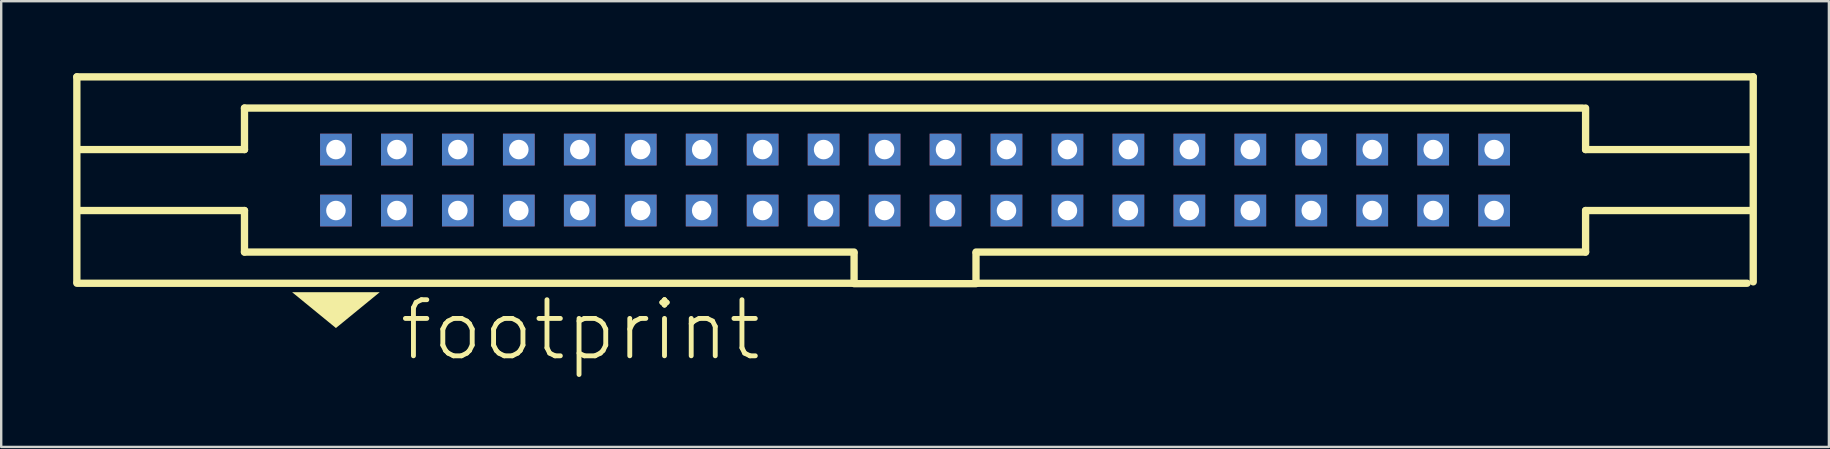
<source format=kicad_pcb>
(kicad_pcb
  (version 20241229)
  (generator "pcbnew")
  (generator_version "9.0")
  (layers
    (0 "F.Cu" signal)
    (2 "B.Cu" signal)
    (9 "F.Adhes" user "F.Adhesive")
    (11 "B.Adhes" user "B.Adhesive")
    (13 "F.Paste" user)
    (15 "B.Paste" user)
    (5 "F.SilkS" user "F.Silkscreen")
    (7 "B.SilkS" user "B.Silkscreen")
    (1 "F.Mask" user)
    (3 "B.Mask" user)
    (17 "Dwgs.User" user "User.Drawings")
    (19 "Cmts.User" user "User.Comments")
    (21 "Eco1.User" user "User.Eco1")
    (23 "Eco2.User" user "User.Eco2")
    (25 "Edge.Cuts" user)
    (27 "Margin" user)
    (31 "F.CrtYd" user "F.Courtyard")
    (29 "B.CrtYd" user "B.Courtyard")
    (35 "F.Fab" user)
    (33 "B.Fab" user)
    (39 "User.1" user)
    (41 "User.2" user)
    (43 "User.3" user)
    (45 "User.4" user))
  (footprint "footprint"
    (layer "F.Cu")
    (at 35.077 4.452)
    (property "Reference" "footprint" (at -21.59 7.62 0) (layer "F.SilkS") (effects (font (size 2.337 2.337) (thickness 0.203)) (justify left bottom)))
    (fp_line (start -34.925 -4.3) (end -34.925 4.242) (stroke (width 0.305) (type solid)) (layer "F.SilkS"))
    (fp_line (start -34.925 4.3) (end -2.54 4.3) (stroke (width 0.305) (type solid)) (layer "F.SilkS"))
    (fp_line (start -27.94 -1.27) (end -34.798 -1.27) (stroke (width 0.305) (type solid)) (layer "F.SilkS"))
    (fp_line (start -27.94 -1.27) (end -27.94 -3) (stroke (width 0.305) (type solid)) (layer "F.SilkS"))
    (fp_line (start -27.94 1.27) (end -34.798 1.27) (stroke (width 0.305) (type solid)) (layer "F.SilkS"))
    (fp_line (start -27.94 3) (end -27.94 1.27) (stroke (width 0.305) (type solid)) (layer "F.SilkS"))
    (fp_line (start -2.54 3) (end -27.94 3) (stroke (width 0.305) (type solid)) (layer "F.SilkS"))
    (fp_line (start -2.54 4.3) (end -2.54 3.048) (stroke (width 0.305) (type solid)) (layer "F.SilkS"))
    (fp_line (start -2.54 4.318) (end 2.54 4.318) (stroke (width 0.305) (type solid)) (layer "F.SilkS"))
    (fp_line (start 2.54 3.048) (end 2.54 4.3) (stroke (width 0.305) (type solid)) (layer "F.SilkS"))
    (fp_line (start 2.54 4.3) (end 34.671 4.3) (stroke (width 0.305) (type solid)) (layer "F.SilkS"))
    (fp_line (start 27.813 -3) (end -27.94 -3) (stroke (width 0.305) (type solid)) (layer "F.SilkS"))
    (fp_line (start 27.94 -1.27) (end 27.94 -3) (stroke (width 0.305) (type solid)) (layer "F.SilkS"))
    (fp_line (start 27.94 -1.27) (end 34.798 -1.27) (stroke (width 0.305) (type solid)) (layer "F.SilkS"))
    (fp_line (start 27.94 1.27) (end 34.798 1.27) (stroke (width 0.305) (type solid)) (layer "F.SilkS"))
    (fp_line (start 27.94 3) (end 2.54 3) (stroke (width 0.305) (type solid)) (layer "F.SilkS"))
    (fp_line (start 27.94 3) (end 27.94 1.27) (stroke (width 0.305) (type solid)) (layer "F.SilkS"))
    (fp_line (start 34.925 -4.3) (end -34.925 -4.3) (stroke (width 0.305) (type solid)) (layer "F.SilkS"))
    (fp_line (start 34.925 4.242) (end 34.925 -4.3) (stroke (width 0.305) (type solid)) (layer "F.SilkS"))
    (fp_poly (pts (xy -24.13 6.166) (xy -25.954 4.674) (xy -22.306 4.674)) (stroke (width 0) (type solid)) (fill yes) (layer "F.SilkS"))
    (pad "1" thru_hole rect (at -24.13 1.27) (size 1.321 1.321) (drill 0.813) (layers "*.Cu" "*.Mask"))
    (pad "2" thru_hole rect (at -24.13 -1.27) (size 1.321 1.321) (drill 0.813) (layers "*.Cu" "*.Mask"))
    (pad "3" thru_hole rect (at -21.59 1.27) (size 1.321 1.321) (drill 0.813) (layers "*.Cu" "*.Mask"))
    (pad "4" thru_hole rect (at -21.59 -1.27) (size 1.321 1.321) (drill 0.813) (layers "*.Cu" "*.Mask"))
    (pad "5" thru_hole rect (at -19.05 1.27) (size 1.321 1.321) (drill 0.813) (layers "*.Cu" "*.Mask"))
    (pad "6" thru_hole rect (at -19.05 -1.27) (size 1.321 1.321) (drill 0.813) (layers "*.Cu" "*.Mask"))
    (pad "7" thru_hole rect (at -16.51 1.27) (size 1.321 1.321) (drill 0.813) (layers "*.Cu" "*.Mask"))
    (pad "8" thru_hole rect (at -16.51 -1.27) (size 1.321 1.321) (drill 0.813) (layers "*.Cu" "*.Mask"))
    (pad "9" thru_hole rect (at -13.97 1.27) (size 1.321 1.321) (drill 0.813) (layers "*.Cu" "*.Mask"))
    (pad "10" thru_hole rect (at -13.97 -1.27) (size 1.321 1.321) (drill 0.813) (layers "*.Cu" "*.Mask"))
    (pad "11" thru_hole rect (at -11.43 1.27) (size 1.321 1.321) (drill 0.813) (layers "*.Cu" "*.Mask"))
    (pad "12" thru_hole rect (at -11.43 -1.27) (size 1.321 1.321) (drill 0.813) (layers "*.Cu" "*.Mask"))
    (pad "13" thru_hole rect (at -8.89 1.27) (size 1.321 1.321) (drill 0.813) (layers "*.Cu" "*.Mask"))
    (pad "14" thru_hole rect (at -8.89 -1.27) (size 1.321 1.321) (drill 0.813) (layers "*.Cu" "*.Mask"))
    (pad "15" thru_hole rect (at -6.35 1.27) (size 1.321 1.321) (drill 0.813) (layers "*.Cu" "*.Mask"))
    (pad "16" thru_hole rect (at -6.35 -1.27) (size 1.321 1.321) (drill 0.813) (layers "*.Cu" "*.Mask"))
    (pad "17" thru_hole rect (at -3.81 1.27) (size 1.321 1.321) (drill 0.813) (layers "*.Cu" "*.Mask"))
    (pad "18" thru_hole rect (at -3.81 -1.27) (size 1.321 1.321) (drill 0.813) (layers "*.Cu" "*.Mask"))
    (pad "19" thru_hole rect (at -1.27 1.27) (size 1.321 1.321) (drill 0.813) (layers "*.Cu" "*.Mask"))
    (pad "20" thru_hole rect (at -1.27 -1.27) (size 1.321 1.321) (drill 0.813) (layers "*.Cu" "*.Mask"))
    (pad "21" thru_hole rect (at 1.27 1.27) (size 1.321 1.321) (drill 0.813) (layers "*.Cu" "*.Mask"))
    (pad "22" thru_hole rect (at 1.27 -1.27) (size 1.321 1.321) (drill 0.813) (layers "*.Cu" "*.Mask"))
    (pad "23" thru_hole rect (at 3.81 1.27) (size 1.321 1.321) (drill 0.813) (layers "*.Cu" "*.Mask"))
    (pad "24" thru_hole rect (at 3.81 -1.27) (size 1.321 1.321) (drill 0.813) (layers "*.Cu" "*.Mask"))
    (pad "25" thru_hole rect (at 6.35 1.27) (size 1.321 1.321) (drill 0.813) (layers "*.Cu" "*.Mask"))
    (pad "26" thru_hole rect (at 6.35 -1.27) (size 1.321 1.321) (drill 0.813) (layers "*.Cu" "*.Mask"))
    (pad "27" thru_hole rect (at 8.89 1.27) (size 1.321 1.321) (drill 0.813) (layers "*.Cu" "*.Mask"))
    (pad "28" thru_hole rect (at 8.89 -1.27) (size 1.321 1.321) (drill 0.813) (layers "*.Cu" "*.Mask"))
    (pad "29" thru_hole rect (at 11.43 1.27) (size 1.321 1.321) (drill 0.813) (layers "*.Cu" "*.Mask"))
    (pad "30" thru_hole rect (at 11.43 -1.27) (size 1.321 1.321) (drill 0.813) (layers "*.Cu" "*.Mask"))
    (pad "31" thru_hole rect (at 13.97 1.27) (size 1.321 1.321) (drill 0.813) (layers "*.Cu" "*.Mask"))
    (pad "32" thru_hole rect (at 13.97 -1.27) (size 1.321 1.321) (drill 0.813) (layers "*.Cu" "*.Mask"))
    (pad "33" thru_hole rect (at 16.51 1.27) (size 1.321 1.321) (drill 0.813) (layers "*.Cu" "*.Mask"))
    (pad "34" thru_hole rect (at 16.51 -1.27) (size 1.321 1.321) (drill 0.813) (layers "*.Cu" "*.Mask"))
    (pad "35" thru_hole rect (at 19.05 1.27) (size 1.321 1.321) (drill 0.813) (layers "*.Cu" "*.Mask"))
    (pad "36" thru_hole rect (at 19.05 -1.27) (size 1.321 1.321) (drill 0.813) (layers "*.Cu" "*.Mask"))
    (pad "37" thru_hole rect (at 21.59 1.27) (size 1.321 1.321) (drill 0.813) (layers "*.Cu" "*.Mask"))
    (pad "38" thru_hole rect (at 21.59 -1.27) (size 1.321 1.321) (drill 0.813) (layers "*.Cu" "*.Mask"))
    (pad "39" thru_hole rect (at 24.13 1.27) (size 1.321 1.321) (drill 0.813) (layers "*.Cu" "*.Mask"))
    (pad "40" thru_hole rect (at 24.13 -1.27) (size 1.321 1.321) (drill 0.813) (layers "*.Cu" "*.Mask")))
  (gr_rect
    (start -3 -3)
    (end 73.155 15.573)
    (stroke (width 0.1) (type default))
    (fill no)
    (layer "Edge.Cuts")))
</source>
